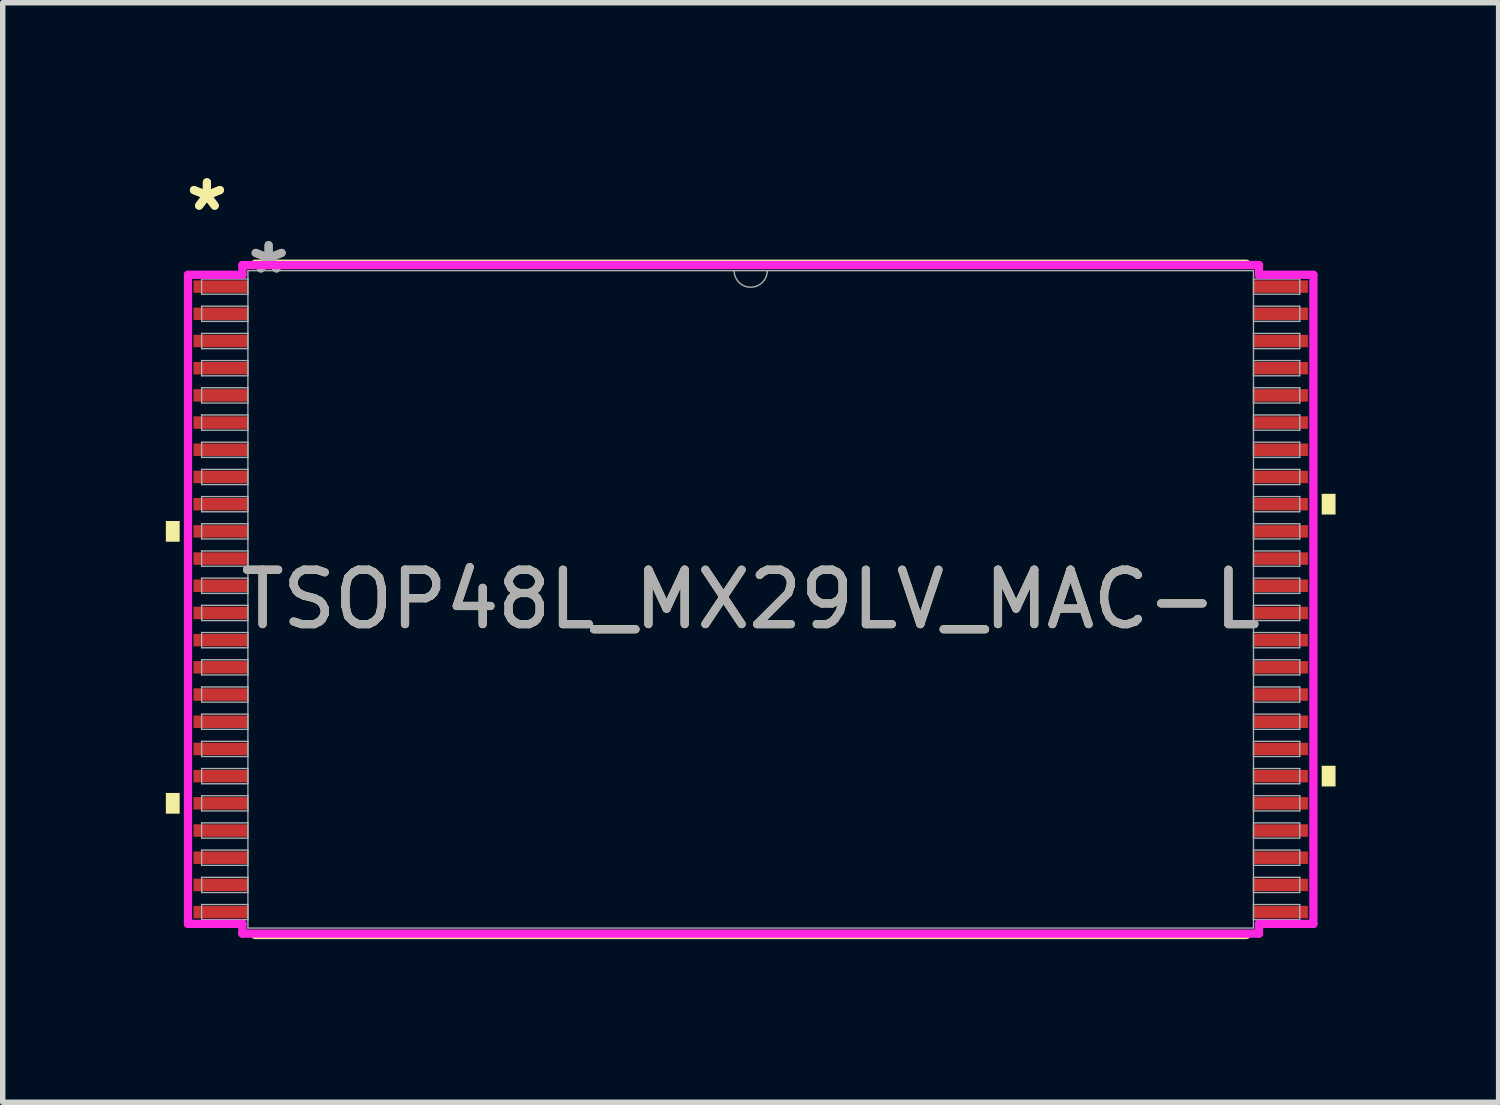
<source format=kicad_pcb>
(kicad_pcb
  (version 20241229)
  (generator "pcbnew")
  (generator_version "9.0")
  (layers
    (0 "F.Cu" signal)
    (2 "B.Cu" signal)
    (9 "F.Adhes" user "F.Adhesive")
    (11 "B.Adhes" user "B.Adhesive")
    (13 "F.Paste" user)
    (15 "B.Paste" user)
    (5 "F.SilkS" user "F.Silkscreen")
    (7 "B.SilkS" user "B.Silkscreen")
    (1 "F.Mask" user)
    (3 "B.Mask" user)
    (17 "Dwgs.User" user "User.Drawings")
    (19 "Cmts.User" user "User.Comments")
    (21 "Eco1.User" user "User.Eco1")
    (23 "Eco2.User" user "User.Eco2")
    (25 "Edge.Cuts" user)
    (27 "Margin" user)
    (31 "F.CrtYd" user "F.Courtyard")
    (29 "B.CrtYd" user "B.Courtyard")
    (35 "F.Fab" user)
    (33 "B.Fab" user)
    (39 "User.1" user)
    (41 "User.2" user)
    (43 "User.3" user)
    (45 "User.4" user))
  (footprint "TSOP48L_MX29LV_MAC-L"
    (layer "F.Cu")
    (at 10.755 7.972)
    (property "Reference" "TSOP48L_MX29LV_MAC-L" (at 0 0 0) (unlocked yes) (layer "F.SilkS") (effects (font (size 1 1) (thickness 0.15))))
    (attr smd)
    (fp_line (start -9.115 6.172) (end 9.115 6.172) (stroke (width 0.152) (type solid)) (layer "F.SilkS"))
    (fp_line (start 9.115 -6.172) (end -9.115 -6.172) (stroke (width 0.152) (type solid)) (layer "F.SilkS"))
    (fp_poly (pts (xy -10.755 -1.441) (xy -10.755 -1.06) (xy -10.501 -1.06) (xy -10.501 -1.441)) (stroke (width 0) (type solid)) (fill yes) (layer "F.SilkS"))
    (fp_poly (pts (xy -10.755 3.56) (xy -10.755 3.941) (xy -10.501 3.941) (xy -10.501 3.56)) (stroke (width 0) (type solid)) (fill yes) (layer "F.SilkS"))
    (fp_poly (pts (xy 10.755 -1.941) (xy 10.755 -1.56) (xy 10.501 -1.56) (xy 10.501 -1.941)) (stroke (width 0) (type solid)) (fill yes) (layer "F.SilkS"))
    (fp_poly (pts (xy 10.755 3.06) (xy 10.755 3.441) (xy 10.501 3.441) (xy 10.501 3.06)) (stroke (width 0) (type solid)) (fill yes) (layer "F.SilkS"))
    (fp_line (start -10.348 -5.968) (end -9.347 -5.968) (stroke (width 0.152) (type solid)) (layer "F.CrtYd"))
    (fp_line (start -10.348 5.968) (end -10.348 -5.968) (stroke (width 0.152) (type solid)) (layer "F.CrtYd"))
    (fp_line (start -10.348 5.968) (end -9.347 5.968) (stroke (width 0.152) (type solid)) (layer "F.CrtYd"))
    (fp_line (start -9.347 -6.147) (end 9.347 -6.147) (stroke (width 0.152) (type solid)) (layer "F.CrtYd"))
    (fp_line (start -9.347 -5.968) (end -9.347 -6.147) (stroke (width 0.152) (type solid)) (layer "F.CrtYd"))
    (fp_line (start -9.347 6.147) (end -9.347 5.968) (stroke (width 0.152) (type solid)) (layer "F.CrtYd"))
    (fp_line (start 9.347 -6.147) (end 9.347 -5.968) (stroke (width 0.152) (type solid)) (layer "F.CrtYd"))
    (fp_line (start 9.347 5.968) (end 9.347 6.147) (stroke (width 0.152) (type solid)) (layer "F.CrtYd"))
    (fp_line (start 9.347 6.147) (end -9.347 6.147) (stroke (width 0.152) (type solid)) (layer "F.CrtYd"))
    (fp_line (start 10.348 -5.968) (end 9.347 -5.968) (stroke (width 0.152) (type solid)) (layer "F.CrtYd"))
    (fp_line (start 10.348 -5.968) (end 10.348 5.968) (stroke (width 0.152) (type solid)) (layer "F.CrtYd"))
    (fp_line (start 10.348 5.968) (end 9.347 5.968) (stroke (width 0.152) (type solid)) (layer "F.CrtYd"))
    (fp_line (start -10.097 -5.891) (end -10.097 -5.612) (stroke (width 0.025) (type solid)) (layer "F.Fab"))
    (fp_line (start -10.097 -5.612) (end -9.246 -5.612) (stroke (width 0.025) (type solid)) (layer "F.Fab"))
    (fp_line (start -10.097 -5.391) (end -10.097 -5.112) (stroke (width 0.025) (type solid)) (layer "F.Fab"))
    (fp_line (start -10.097 -5.112) (end -9.246 -5.112) (stroke (width 0.025) (type solid)) (layer "F.Fab"))
    (fp_line (start -10.097 -4.891) (end -10.097 -4.611) (stroke (width 0.025) (type solid)) (layer "F.Fab"))
    (fp_line (start -10.097 -4.611) (end -9.246 -4.611) (stroke (width 0.025) (type solid)) (layer "F.Fab"))
    (fp_line (start -10.097 -4.391) (end -10.097 -4.111) (stroke (width 0.025) (type solid)) (layer "F.Fab"))
    (fp_line (start -10.097 -4.111) (end -9.246 -4.111) (stroke (width 0.025) (type solid)) (layer "F.Fab"))
    (fp_line (start -10.097 -3.891) (end -10.097 -3.611) (stroke (width 0.025) (type solid)) (layer "F.Fab"))
    (fp_line (start -10.097 -3.611) (end -9.246 -3.611) (stroke (width 0.025) (type solid)) (layer "F.Fab"))
    (fp_line (start -10.097 -3.391) (end -10.097 -3.111) (stroke (width 0.025) (type solid)) (layer "F.Fab"))
    (fp_line (start -10.097 -3.111) (end -9.246 -3.111) (stroke (width 0.025) (type solid)) (layer "F.Fab"))
    (fp_line (start -10.097 -2.89) (end -10.097 -2.611) (stroke (width 0.025) (type solid)) (layer "F.Fab"))
    (fp_line (start -10.097 -2.611) (end -9.246 -2.611) (stroke (width 0.025) (type solid)) (layer "F.Fab"))
    (fp_line (start -10.097 -2.39) (end -10.097 -2.111) (stroke (width 0.025) (type solid)) (layer "F.Fab"))
    (fp_line (start -10.097 -2.111) (end -9.246 -2.111) (stroke (width 0.025) (type solid)) (layer "F.Fab"))
    (fp_line (start -10.097 -1.89) (end -10.097 -1.611) (stroke (width 0.025) (type solid)) (layer "F.Fab"))
    (fp_line (start -10.097 -1.611) (end -9.246 -1.611) (stroke (width 0.025) (type solid)) (layer "F.Fab"))
    (fp_line (start -10.097 -1.39) (end -10.097 -1.111) (stroke (width 0.025) (type solid)) (layer "F.Fab"))
    (fp_line (start -10.097 -1.111) (end -9.246 -1.111) (stroke (width 0.025) (type solid)) (layer "F.Fab"))
    (fp_line (start -10.097 -0.89) (end -10.097 -0.61) (stroke (width 0.025) (type solid)) (layer "F.Fab"))
    (fp_line (start -10.097 -0.61) (end -9.246 -0.61) (stroke (width 0.025) (type solid)) (layer "F.Fab"))
    (fp_line (start -10.097 -0.39) (end -10.097 -0.11) (stroke (width 0.025) (type solid)) (layer "F.Fab"))
    (fp_line (start -10.097 -0.11) (end -9.246 -0.11) (stroke (width 0.025) (type solid)) (layer "F.Fab"))
    (fp_line (start -10.097 0.11) (end -10.097 0.39) (stroke (width 0.025) (type solid)) (layer "F.Fab"))
    (fp_line (start -10.097 0.39) (end -9.246 0.39) (stroke (width 0.025) (type solid)) (layer "F.Fab"))
    (fp_line (start -10.097 0.61) (end -10.097 0.89) (stroke (width 0.025) (type solid)) (layer "F.Fab"))
    (fp_line (start -10.097 0.89) (end -9.246 0.89) (stroke (width 0.025) (type solid)) (layer "F.Fab"))
    (fp_line (start -10.097 1.111) (end -10.097 1.39) (stroke (width 0.025) (type solid)) (layer "F.Fab"))
    (fp_line (start -10.097 1.39) (end -9.246 1.39) (stroke (width 0.025) (type solid)) (layer "F.Fab"))
    (fp_line (start -10.097 1.611) (end -10.097 1.89) (stroke (width 0.025) (type solid)) (layer "F.Fab"))
    (fp_line (start -10.097 1.89) (end -9.246 1.89) (stroke (width 0.025) (type solid)) (layer "F.Fab"))
    (fp_line (start -10.097 2.111) (end -10.097 2.39) (stroke (width 0.025) (type solid)) (layer "F.Fab"))
    (fp_line (start -10.097 2.39) (end -9.246 2.39) (stroke (width 0.025) (type solid)) (layer "F.Fab"))
    (fp_line (start -10.097 2.611) (end -10.097 2.89) (stroke (width 0.025) (type solid)) (layer "F.Fab"))
    (fp_line (start -10.097 2.89) (end -9.246 2.89) (stroke (width 0.025) (type solid)) (layer "F.Fab"))
    (fp_line (start -10.097 3.111) (end -10.097 3.391) (stroke (width 0.025) (type solid)) (layer "F.Fab"))
    (fp_line (start -10.097 3.391) (end -9.246 3.391) (stroke (width 0.025) (type solid)) (layer "F.Fab"))
    (fp_line (start -10.097 3.611) (end -10.097 3.891) (stroke (width 0.025) (type solid)) (layer "F.Fab"))
    (fp_line (start -10.097 3.891) (end -9.246 3.891) (stroke (width 0.025) (type solid)) (layer "F.Fab"))
    (fp_line (start -10.097 4.111) (end -10.097 4.391) (stroke (width 0.025) (type solid)) (layer "F.Fab"))
    (fp_line (start -10.097 4.391) (end -9.246 4.391) (stroke (width 0.025) (type solid)) (layer "F.Fab"))
    (fp_line (start -10.097 4.611) (end -10.097 4.891) (stroke (width 0.025) (type solid)) (layer "F.Fab"))
    (fp_line (start -10.097 4.891) (end -9.246 4.891) (stroke (width 0.025) (type solid)) (layer "F.Fab"))
    (fp_line (start -10.097 5.112) (end -10.097 5.391) (stroke (width 0.025) (type solid)) (layer "F.Fab"))
    (fp_line (start -10.097 5.391) (end -9.246 5.391) (stroke (width 0.025) (type solid)) (layer "F.Fab"))
    (fp_line (start -10.097 5.612) (end -10.097 5.891) (stroke (width 0.025) (type solid)) (layer "F.Fab"))
    (fp_line (start -10.097 5.891) (end -9.246 5.891) (stroke (width 0.025) (type solid)) (layer "F.Fab"))
    (fp_line (start -9.246 -6.045) (end -9.246 6.045) (stroke (width 0.025) (type solid)) (layer "F.Fab"))
    (fp_line (start -9.246 -5.891) (end -10.097 -5.891) (stroke (width 0.025) (type solid)) (layer "F.Fab"))
    (fp_line (start -9.246 -5.612) (end -9.246 -5.891) (stroke (width 0.025) (type solid)) (layer "F.Fab"))
    (fp_line (start -9.246 -5.391) (end -10.097 -5.391) (stroke (width 0.025) (type solid)) (layer "F.Fab"))
    (fp_line (start -9.246 -5.112) (end -9.246 -5.391) (stroke (width 0.025) (type solid)) (layer "F.Fab"))
    (fp_line (start -9.246 -4.891) (end -10.097 -4.891) (stroke (width 0.025) (type solid)) (layer "F.Fab"))
    (fp_line (start -9.246 -4.611) (end -9.246 -4.891) (stroke (width 0.025) (type solid)) (layer "F.Fab"))
    (fp_line (start -9.246 -4.391) (end -10.097 -4.391) (stroke (width 0.025) (type solid)) (layer "F.Fab"))
    (fp_line (start -9.246 -4.111) (end -9.246 -4.391) (stroke (width 0.025) (type solid)) (layer "F.Fab"))
    (fp_line (start -9.246 -3.891) (end -10.097 -3.891) (stroke (width 0.025) (type solid)) (layer "F.Fab"))
    (fp_line (start -9.246 -3.611) (end -9.246 -3.891) (stroke (width 0.025) (type solid)) (layer "F.Fab"))
    (fp_line (start -9.246 -3.391) (end -10.097 -3.391) (stroke (width 0.025) (type solid)) (layer "F.Fab"))
    (fp_line (start -9.246 -3.111) (end -9.246 -3.391) (stroke (width 0.025) (type solid)) (layer "F.Fab"))
    (fp_line (start -9.246 -2.89) (end -10.097 -2.89) (stroke (width 0.025) (type solid)) (layer "F.Fab"))
    (fp_line (start -9.246 -2.611) (end -9.246 -2.89) (stroke (width 0.025) (type solid)) (layer "F.Fab"))
    (fp_line (start -9.246 -2.39) (end -10.097 -2.39) (stroke (width 0.025) (type solid)) (layer "F.Fab"))
    (fp_line (start -9.246 -2.111) (end -9.246 -2.39) (stroke (width 0.025) (type solid)) (layer "F.Fab"))
    (fp_line (start -9.246 -1.89) (end -10.097 -1.89) (stroke (width 0.025) (type solid)) (layer "F.Fab"))
    (fp_line (start -9.246 -1.611) (end -9.246 -1.89) (stroke (width 0.025) (type solid)) (layer "F.Fab"))
    (fp_line (start -9.246 -1.39) (end -10.097 -1.39) (stroke (width 0.025) (type solid)) (layer "F.Fab"))
    (fp_line (start -9.246 -1.111) (end -9.246 -1.39) (stroke (width 0.025) (type solid)) (layer "F.Fab"))
    (fp_line (start -9.246 -0.89) (end -10.097 -0.89) (stroke (width 0.025) (type solid)) (layer "F.Fab"))
    (fp_line (start -9.246 -0.61) (end -9.246 -0.89) (stroke (width 0.025) (type solid)) (layer "F.Fab"))
    (fp_line (start -9.246 -0.39) (end -10.097 -0.39) (stroke (width 0.025) (type solid)) (layer "F.Fab"))
    (fp_line (start -9.246 -0.11) (end -9.246 -0.39) (stroke (width 0.025) (type solid)) (layer "F.Fab"))
    (fp_line (start -9.246 0.11) (end -10.097 0.11) (stroke (width 0.025) (type solid)) (layer "F.Fab"))
    (fp_line (start -9.246 0.39) (end -9.246 0.11) (stroke (width 0.025) (type solid)) (layer "F.Fab"))
    (fp_line (start -9.246 0.61) (end -10.097 0.61) (stroke (width 0.025) (type solid)) (layer "F.Fab"))
    (fp_line (start -9.246 0.89) (end -9.246 0.61) (stroke (width 0.025) (type solid)) (layer "F.Fab"))
    (fp_line (start -9.246 1.111) (end -10.097 1.111) (stroke (width 0.025) (type solid)) (layer "F.Fab"))
    (fp_line (start -9.246 1.39) (end -9.246 1.111) (stroke (width 0.025) (type solid)) (layer "F.Fab"))
    (fp_line (start -9.246 1.611) (end -10.097 1.611) (stroke (width 0.025) (type solid)) (layer "F.Fab"))
    (fp_line (start -9.246 1.89) (end -9.246 1.611) (stroke (width 0.025) (type solid)) (layer "F.Fab"))
    (fp_line (start -9.246 2.111) (end -10.097 2.111) (stroke (width 0.025) (type solid)) (layer "F.Fab"))
    (fp_line (start -9.246 2.39) (end -9.246 2.111) (stroke (width 0.025) (type solid)) (layer "F.Fab"))
    (fp_line (start -9.246 2.611) (end -10.097 2.611) (stroke (width 0.025) (type solid)) (layer "F.Fab"))
    (fp_line (start -9.246 2.89) (end -9.246 2.611) (stroke (width 0.025) (type solid)) (layer "F.Fab"))
    (fp_line (start -9.246 3.111) (end -10.097 3.111) (stroke (width 0.025) (type solid)) (layer "F.Fab"))
    (fp_line (start -9.246 3.391) (end -9.246 3.111) (stroke (width 0.025) (type solid)) (layer "F.Fab"))
    (fp_line (start -9.246 3.611) (end -10.097 3.611) (stroke (width 0.025) (type solid)) (layer "F.Fab"))
    (fp_line (start -9.246 3.891) (end -9.246 3.611) (stroke (width 0.025) (type solid)) (layer "F.Fab"))
    (fp_line (start -9.246 4.111) (end -10.097 4.111) (stroke (width 0.025) (type solid)) (layer "F.Fab"))
    (fp_line (start -9.246 4.391) (end -9.246 4.111) (stroke (width 0.025) (type solid)) (layer "F.Fab"))
    (fp_line (start -9.246 4.611) (end -10.097 4.611) (stroke (width 0.025) (type solid)) (layer "F.Fab"))
    (fp_line (start -9.246 4.891) (end -9.246 4.611) (stroke (width 0.025) (type solid)) (layer "F.Fab"))
    (fp_line (start -9.246 5.112) (end -10.097 5.112) (stroke (width 0.025) (type solid)) (layer "F.Fab"))
    (fp_line (start -9.246 5.391) (end -9.246 5.112) (stroke (width 0.025) (type solid)) (layer "F.Fab"))
    (fp_line (start -9.246 5.612) (end -10.097 5.612) (stroke (width 0.025) (type solid)) (layer "F.Fab"))
    (fp_line (start -9.246 5.891) (end -9.246 5.612) (stroke (width 0.025) (type solid)) (layer "F.Fab"))
    (fp_line (start -9.246 6.045) (end 9.246 6.045) (stroke (width 0.025) (type solid)) (layer "F.Fab"))
    (fp_line (start 9.246 -6.045) (end -9.246 -6.045) (stroke (width 0.025) (type solid)) (layer "F.Fab"))
    (fp_line (start 9.246 -5.891) (end 9.246 -5.612) (stroke (width 0.025) (type solid)) (layer "F.Fab"))
    (fp_line (start 9.246 -5.612) (end 10.097 -5.612) (stroke (width 0.025) (type solid)) (layer "F.Fab"))
    (fp_line (start 9.246 -5.391) (end 9.246 -5.112) (stroke (width 0.025) (type solid)) (layer "F.Fab"))
    (fp_line (start 9.246 -5.112) (end 10.097 -5.112) (stroke (width 0.025) (type solid)) (layer "F.Fab"))
    (fp_line (start 9.246 -4.891) (end 9.246 -4.611) (stroke (width 0.025) (type solid)) (layer "F.Fab"))
    (fp_line (start 9.246 -4.611) (end 10.097 -4.611) (stroke (width 0.025) (type solid)) (layer "F.Fab"))
    (fp_line (start 9.246 -4.391) (end 9.246 -4.111) (stroke (width 0.025) (type solid)) (layer "F.Fab"))
    (fp_line (start 9.246 -4.111) (end 10.097 -4.111) (stroke (width 0.025) (type solid)) (layer "F.Fab"))
    (fp_line (start 9.246 -3.891) (end 9.246 -3.611) (stroke (width 0.025) (type solid)) (layer "F.Fab"))
    (fp_line (start 9.246 -3.611) (end 10.097 -3.611) (stroke (width 0.025) (type solid)) (layer "F.Fab"))
    (fp_line (start 9.246 -3.391) (end 9.246 -3.111) (stroke (width 0.025) (type solid)) (layer "F.Fab"))
    (fp_line (start 9.246 -3.111) (end 10.097 -3.111) (stroke (width 0.025) (type solid)) (layer "F.Fab"))
    (fp_line (start 9.246 -2.89) (end 9.246 -2.611) (stroke (width 0.025) (type solid)) (layer "F.Fab"))
    (fp_line (start 9.246 -2.611) (end 10.097 -2.611) (stroke (width 0.025) (type solid)) (layer "F.Fab"))
    (fp_line (start 9.246 -2.39) (end 9.246 -2.111) (stroke (width 0.025) (type solid)) (layer "F.Fab"))
    (fp_line (start 9.246 -2.111) (end 10.097 -2.111) (stroke (width 0.025) (type solid)) (layer "F.Fab"))
    (fp_line (start 9.246 -1.89) (end 9.246 -1.611) (stroke (width 0.025) (type solid)) (layer "F.Fab"))
    (fp_line (start 9.246 -1.611) (end 10.097 -1.611) (stroke (width 0.025) (type solid)) (layer "F.Fab"))
    (fp_line (start 9.246 -1.39) (end 9.246 -1.111) (stroke (width 0.025) (type solid)) (layer "F.Fab"))
    (fp_line (start 9.246 -1.111) (end 10.097 -1.111) (stroke (width 0.025) (type solid)) (layer "F.Fab"))
    (fp_line (start 9.246 -0.89) (end 9.246 -0.61) (stroke (width 0.025) (type solid)) (layer "F.Fab"))
    (fp_line (start 9.246 -0.61) (end 10.097 -0.61) (stroke (width 0.025) (type solid)) (layer "F.Fab"))
    (fp_line (start 9.246 -0.39) (end 9.246 -0.11) (stroke (width 0.025) (type solid)) (layer "F.Fab"))
    (fp_line (start 9.246 -0.11) (end 10.097 -0.11) (stroke (width 0.025) (type solid)) (layer "F.Fab"))
    (fp_line (start 9.246 0.11) (end 9.246 0.39) (stroke (width 0.025) (type solid)) (layer "F.Fab"))
    (fp_line (start 9.246 0.39) (end 10.097 0.39) (stroke (width 0.025) (type solid)) (layer "F.Fab"))
    (fp_line (start 9.246 0.61) (end 9.246 0.89) (stroke (width 0.025) (type solid)) (layer "F.Fab"))
    (fp_line (start 9.246 0.89) (end 10.097 0.89) (stroke (width 0.025) (type solid)) (layer "F.Fab"))
    (fp_line (start 9.246 1.111) (end 9.246 1.39) (stroke (width 0.025) (type solid)) (layer "F.Fab"))
    (fp_line (start 9.246 1.39) (end 10.097 1.39) (stroke (width 0.025) (type solid)) (layer "F.Fab"))
    (fp_line (start 9.246 1.611) (end 9.246 1.89) (stroke (width 0.025) (type solid)) (layer "F.Fab"))
    (fp_line (start 9.246 1.89) (end 10.097 1.89) (stroke (width 0.025) (type solid)) (layer "F.Fab"))
    (fp_line (start 9.246 2.111) (end 9.246 2.39) (stroke (width 0.025) (type solid)) (layer "F.Fab"))
    (fp_line (start 9.246 2.39) (end 10.097 2.39) (stroke (width 0.025) (type solid)) (layer "F.Fab"))
    (fp_line (start 9.246 2.611) (end 9.246 2.89) (stroke (width 0.025) (type solid)) (layer "F.Fab"))
    (fp_line (start 9.246 2.89) (end 10.097 2.89) (stroke (width 0.025) (type solid)) (layer "F.Fab"))
    (fp_line (start 9.246 3.111) (end 9.246 3.391) (stroke (width 0.025) (type solid)) (layer "F.Fab"))
    (fp_line (start 9.246 3.391) (end 10.097 3.391) (stroke (width 0.025) (type solid)) (layer "F.Fab"))
    (fp_line (start 9.246 3.611) (end 9.246 3.891) (stroke (width 0.025) (type solid)) (layer "F.Fab"))
    (fp_line (start 9.246 3.891) (end 10.097 3.891) (stroke (width 0.025) (type solid)) (layer "F.Fab"))
    (fp_line (start 9.246 4.111) (end 9.246 4.391) (stroke (width 0.025) (type solid)) (layer "F.Fab"))
    (fp_line (start 9.246 4.391) (end 10.097 4.391) (stroke (width 0.025) (type solid)) (layer "F.Fab"))
    (fp_line (start 9.246 4.611) (end 9.246 4.891) (stroke (width 0.025) (type solid)) (layer "F.Fab"))
    (fp_line (start 9.246 4.891) (end 10.097 4.891) (stroke (width 0.025) (type solid)) (layer "F.Fab"))
    (fp_line (start 9.246 5.112) (end 9.246 5.391) (stroke (width 0.025) (type solid)) (layer "F.Fab"))
    (fp_line (start 9.246 5.391) (end 10.097 5.391) (stroke (width 0.025) (type solid)) (layer "F.Fab"))
    (fp_line (start 9.246 5.612) (end 9.246 5.891) (stroke (width 0.025) (type solid)) (layer "F.Fab"))
    (fp_line (start 9.246 5.891) (end 10.097 5.891) (stroke (width 0.025) (type solid)) (layer "F.Fab"))
    (fp_line (start 9.246 6.045) (end 9.246 -6.045) (stroke (width 0.025) (type solid)) (layer "F.Fab"))
    (fp_line (start 10.097 -5.891) (end 9.246 -5.891) (stroke (width 0.025) (type solid)) (layer "F.Fab"))
    (fp_line (start 10.097 -5.612) (end 10.097 -5.891) (stroke (width 0.025) (type solid)) (layer "F.Fab"))
    (fp_line (start 10.097 -5.391) (end 9.246 -5.391) (stroke (width 0.025) (type solid)) (layer "F.Fab"))
    (fp_line (start 10.097 -5.112) (end 10.097 -5.391) (stroke (width 0.025) (type solid)) (layer "F.Fab"))
    (fp_line (start 10.097 -4.891) (end 9.246 -4.891) (stroke (width 0.025) (type solid)) (layer "F.Fab"))
    (fp_line (start 10.097 -4.611) (end 10.097 -4.891) (stroke (width 0.025) (type solid)) (layer "F.Fab"))
    (fp_line (start 10.097 -4.391) (end 9.246 -4.391) (stroke (width 0.025) (type solid)) (layer "F.Fab"))
    (fp_line (start 10.097 -4.111) (end 10.097 -4.391) (stroke (width 0.025) (type solid)) (layer "F.Fab"))
    (fp_line (start 10.097 -3.891) (end 9.246 -3.891) (stroke (width 0.025) (type solid)) (layer "F.Fab"))
    (fp_line (start 10.097 -3.611) (end 10.097 -3.891) (stroke (width 0.025) (type solid)) (layer "F.Fab"))
    (fp_line (start 10.097 -3.391) (end 9.246 -3.391) (stroke (width 0.025) (type solid)) (layer "F.Fab"))
    (fp_line (start 10.097 -3.111) (end 10.097 -3.391) (stroke (width 0.025) (type solid)) (layer "F.Fab"))
    (fp_line (start 10.097 -2.89) (end 9.246 -2.89) (stroke (width 0.025) (type solid)) (layer "F.Fab"))
    (fp_line (start 10.097 -2.611) (end 10.097 -2.89) (stroke (width 0.025) (type solid)) (layer "F.Fab"))
    (fp_line (start 10.097 -2.39) (end 9.246 -2.39) (stroke (width 0.025) (type solid)) (layer "F.Fab"))
    (fp_line (start 10.097 -2.111) (end 10.097 -2.39) (stroke (width 0.025) (type solid)) (layer "F.Fab"))
    (fp_line (start 10.097 -1.89) (end 9.246 -1.89) (stroke (width 0.025) (type solid)) (layer "F.Fab"))
    (fp_line (start 10.097 -1.611) (end 10.097 -1.89) (stroke (width 0.025) (type solid)) (layer "F.Fab"))
    (fp_line (start 10.097 -1.39) (end 9.246 -1.39) (stroke (width 0.025) (type solid)) (layer "F.Fab"))
    (fp_line (start 10.097 -1.111) (end 10.097 -1.39) (stroke (width 0.025) (type solid)) (layer "F.Fab"))
    (fp_line (start 10.097 -0.89) (end 9.246 -0.89) (stroke (width 0.025) (type solid)) (layer "F.Fab"))
    (fp_line (start 10.097 -0.61) (end 10.097 -0.89) (stroke (width 0.025) (type solid)) (layer "F.Fab"))
    (fp_line (start 10.097 -0.39) (end 9.246 -0.39) (stroke (width 0.025) (type solid)) (layer "F.Fab"))
    (fp_line (start 10.097 -0.11) (end 10.097 -0.39) (stroke (width 0.025) (type solid)) (layer "F.Fab"))
    (fp_line (start 10.097 0.11) (end 9.246 0.11) (stroke (width 0.025) (type solid)) (layer "F.Fab"))
    (fp_line (start 10.097 0.39) (end 10.097 0.11) (stroke (width 0.025) (type solid)) (layer "F.Fab"))
    (fp_line (start 10.097 0.61) (end 9.246 0.61) (stroke (width 0.025) (type solid)) (layer "F.Fab"))
    (fp_line (start 10.097 0.89) (end 10.097 0.61) (stroke (width 0.025) (type solid)) (layer "F.Fab"))
    (fp_line (start 10.097 1.111) (end 9.246 1.111) (stroke (width 0.025) (type solid)) (layer "F.Fab"))
    (fp_line (start 10.097 1.39) (end 10.097 1.111) (stroke (width 0.025) (type solid)) (layer "F.Fab"))
    (fp_line (start 10.097 1.611) (end 9.246 1.611) (stroke (width 0.025) (type solid)) (layer "F.Fab"))
    (fp_line (start 10.097 1.89) (end 10.097 1.611) (stroke (width 0.025) (type solid)) (layer "F.Fab"))
    (fp_line (start 10.097 2.111) (end 9.246 2.111) (stroke (width 0.025) (type solid)) (layer "F.Fab"))
    (fp_line (start 10.097 2.39) (end 10.097 2.111) (stroke (width 0.025) (type solid)) (layer "F.Fab"))
    (fp_line (start 10.097 2.611) (end 9.246 2.611) (stroke (width 0.025) (type solid)) (layer "F.Fab"))
    (fp_line (start 10.097 2.89) (end 10.097 2.611) (stroke (width 0.025) (type solid)) (layer "F.Fab"))
    (fp_line (start 10.097 3.111) (end 9.246 3.111) (stroke (width 0.025) (type solid)) (layer "F.Fab"))
    (fp_line (start 10.097 3.391) (end 10.097 3.111) (stroke (width 0.025) (type solid)) (layer "F.Fab"))
    (fp_line (start 10.097 3.611) (end 9.246 3.611) (stroke (width 0.025) (type solid)) (layer "F.Fab"))
    (fp_line (start 10.097 3.891) (end 10.097 3.611) (stroke (width 0.025) (type solid)) (layer "F.Fab"))
    (fp_line (start 10.097 4.111) (end 9.246 4.111) (stroke (width 0.025) (type solid)) (layer "F.Fab"))
    (fp_line (start 10.097 4.391) (end 10.097 4.111) (stroke (width 0.025) (type solid)) (layer "F.Fab"))
    (fp_line (start 10.097 4.611) (end 9.246 4.611) (stroke (width 0.025) (type solid)) (layer "F.Fab"))
    (fp_line (start 10.097 4.891) (end 10.097 4.611) (stroke (width 0.025) (type solid)) (layer "F.Fab"))
    (fp_line (start 10.097 5.112) (end 9.246 5.112) (stroke (width 0.025) (type solid)) (layer "F.Fab"))
    (fp_line (start 10.097 5.391) (end 10.097 5.112) (stroke (width 0.025) (type solid)) (layer "F.Fab"))
    (fp_line (start 10.097 5.612) (end 9.246 5.612) (stroke (width 0.025) (type solid)) (layer "F.Fab"))
    (fp_line (start 10.097 5.891) (end 10.097 5.612) (stroke (width 0.025) (type solid)) (layer "F.Fab"))
    (fp_arc (start 0.3048 -6.0452) (mid 0 -5.7404) (end -0.3048 -6.0452) (stroke (width 0.0254) (type solid)) (layer "F.Fab"))
    (fp_text user "*" (at -10 -7.124 0) (unlocked yes) (layer "F.SilkS") (effects (font (size 1 1) (thickness 0.15))))
    (fp_text user "*" (at -10 -7.124 0) (layer "F.SilkS") (effects (font (size 1 1) (thickness 0.15))))
    (fp_text user "*" (at -8.865 -5.969 0) (unlocked yes) (layer "F.Fab") (effects (font (size 1 1) (thickness 0.15))))
    (fp_text user "${REFERENCE}" (at 0 0 0) (unlocked yes) (layer "F.Fab") (effects (font (size 1 1) (thickness 0.15))))
    (fp_text user "*" (at -8.865 -5.969 0) (layer "F.Fab") (effects (font (size 1 1) (thickness 0.15))))
    (pad "1" smd rect (at -9.746 -5.751) (size 1.001 0.229) (layers "F.Cu" "F.Mask" "F.Paste"))
    (pad "2" smd rect (at -9.746 -5.251) (size 1.001 0.229) (layers "F.Cu" "F.Mask" "F.Paste"))
    (pad "3" smd rect (at -9.746 -4.751) (size 1.001 0.229) (layers "F.Cu" "F.Mask" "F.Paste"))
    (pad "4" smd rect (at -9.746 -4.251) (size 1.001 0.229) (layers "F.Cu" "F.Mask" "F.Paste"))
    (pad "5" smd rect (at -9.746 -3.751) (size 1.001 0.229) (layers "F.Cu" "F.Mask" "F.Paste"))
    (pad "6" smd rect (at -9.746 -3.251) (size 1.001 0.229) (layers "F.Cu" "F.Mask" "F.Paste"))
    (pad "7" smd rect (at -9.746 -2.751) (size 1.001 0.229) (layers "F.Cu" "F.Mask" "F.Paste"))
    (pad "8" smd rect (at -9.746 -2.251) (size 1.001 0.229) (layers "F.Cu" "F.Mask" "F.Paste"))
    (pad "9" smd rect (at -9.746 -1.75) (size 1.001 0.229) (layers "F.Cu" "F.Mask" "F.Paste"))
    (pad "10" smd rect (at -9.746 -1.25) (size 1.001 0.229) (layers "F.Cu" "F.Mask" "F.Paste"))
    (pad "11" smd rect (at -9.746 -0.75) (size 1.001 0.229) (layers "F.Cu" "F.Mask" "F.Paste"))
    (pad "12" smd rect (at -9.746 -0.25) (size 1.001 0.229) (layers "F.Cu" "F.Mask" "F.Paste"))
    (pad "13" smd rect (at -9.746 0.25) (size 1.001 0.229) (layers "F.Cu" "F.Mask" "F.Paste"))
    (pad "14" smd rect (at -9.746 0.75) (size 1.001 0.229) (layers "F.Cu" "F.Mask" "F.Paste"))
    (pad "15" smd rect (at -9.746 1.25) (size 1.001 0.229) (layers "F.Cu" "F.Mask" "F.Paste"))
    (pad "16" smd rect (at -9.746 1.75) (size 1.001 0.229) (layers "F.Cu" "F.Mask" "F.Paste"))
    (pad "17" smd rect (at -9.746 2.251) (size 1.001 0.229) (layers "F.Cu" "F.Mask" "F.Paste"))
    (pad "18" smd rect (at -9.746 2.751) (size 1.001 0.229) (layers "F.Cu" "F.Mask" "F.Paste"))
    (pad "19" smd rect (at -9.746 3.251) (size 1.001 0.229) (layers "F.Cu" "F.Mask" "F.Paste"))
    (pad "20" smd rect (at -9.746 3.751) (size 1.001 0.229) (layers "F.Cu" "F.Mask" "F.Paste"))
    (pad "21" smd rect (at -9.746 4.251) (size 1.001 0.229) (layers "F.Cu" "F.Mask" "F.Paste"))
    (pad "22" smd rect (at -9.746 4.751) (size 1.001 0.229) (layers "F.Cu" "F.Mask" "F.Paste"))
    (pad "23" smd rect (at -9.746 5.251) (size 1.001 0.229) (layers "F.Cu" "F.Mask" "F.Paste"))
    (pad "24" smd rect (at -9.746 5.751) (size 1.001 0.229) (layers "F.Cu" "F.Mask" "F.Paste"))
    (pad "25" smd rect (at 9.746 5.751) (size 1.001 0.229) (layers "F.Cu" "F.Mask" "F.Paste"))
    (pad "26" smd rect (at 9.746 5.251) (size 1.001 0.229) (layers "F.Cu" "F.Mask" "F.Paste"))
    (pad "27" smd rect (at 9.746 4.751) (size 1.001 0.229) (layers "F.Cu" "F.Mask" "F.Paste"))
    (pad "28" smd rect (at 9.746 4.251) (size 1.001 0.229) (layers "F.Cu" "F.Mask" "F.Paste"))
    (pad "29" smd rect (at 9.746 3.751) (size 1.001 0.229) (layers "F.Cu" "F.Mask" "F.Paste"))
    (pad "30" smd rect (at 9.746 3.251) (size 1.001 0.229) (layers "F.Cu" "F.Mask" "F.Paste"))
    (pad "31" smd rect (at 9.746 2.751) (size 1.001 0.229) (layers "F.Cu" "F.Mask" "F.Paste"))
    (pad "32" smd rect (at 9.746 2.251) (size 1.001 0.229) (layers "F.Cu" "F.Mask" "F.Paste"))
    (pad "33" smd rect (at 9.746 1.75) (size 1.001 0.229) (layers "F.Cu" "F.Mask" "F.Paste"))
    (pad "34" smd rect (at 9.746 1.25) (size 1.001 0.229) (layers "F.Cu" "F.Mask" "F.Paste"))
    (pad "35" smd rect (at 9.746 0.75) (size 1.001 0.229) (layers "F.Cu" "F.Mask" "F.Paste"))
    (pad "36" smd rect (at 9.746 0.25) (size 1.001 0.229) (layers "F.Cu" "F.Mask" "F.Paste"))
    (pad "37" smd rect (at 9.746 -0.25) (size 1.001 0.229) (layers "F.Cu" "F.Mask" "F.Paste"))
    (pad "38" smd rect (at 9.746 -0.75) (size 1.001 0.229) (layers "F.Cu" "F.Mask" "F.Paste"))
    (pad "39" smd rect (at 9.746 -1.25) (size 1.001 0.229) (layers "F.Cu" "F.Mask" "F.Paste"))
    (pad "40" smd rect (at 9.746 -1.75) (size 1.001 0.229) (layers "F.Cu" "F.Mask" "F.Paste"))
    (pad "41" smd rect (at 9.746 -2.251) (size 1.001 0.229) (layers "F.Cu" "F.Mask" "F.Paste"))
    (pad "42" smd rect (at 9.746 -2.751) (size 1.001 0.229) (layers "F.Cu" "F.Mask" "F.Paste"))
    (pad "43" smd rect (at 9.746 -3.251) (size 1.001 0.229) (layers "F.Cu" "F.Mask" "F.Paste"))
    (pad "44" smd rect (at 9.746 -3.751) (size 1.001 0.229) (layers "F.Cu" "F.Mask" "F.Paste"))
    (pad "45" smd rect (at 9.746 -4.251) (size 1.001 0.229) (layers "F.Cu" "F.Mask" "F.Paste"))
    (pad "46" smd rect (at 9.746 -4.751) (size 1.001 0.229) (layers "F.Cu" "F.Mask" "F.Paste"))
    (pad "47" smd rect (at 9.746 -5.251) (size 1.001 0.229) (layers "F.Cu" "F.Mask" "F.Paste"))
    (pad "48" smd rect (at 9.746 -5.751) (size 1.001 0.229) (layers "F.Cu" "F.Mask" "F.Paste")))
  (gr_rect
    (start -3 -3)
    (end 24.509 17.22)
    (stroke (width 0.1) (type default))
    (fill no)
    (layer "Edge.Cuts")))
</source>
